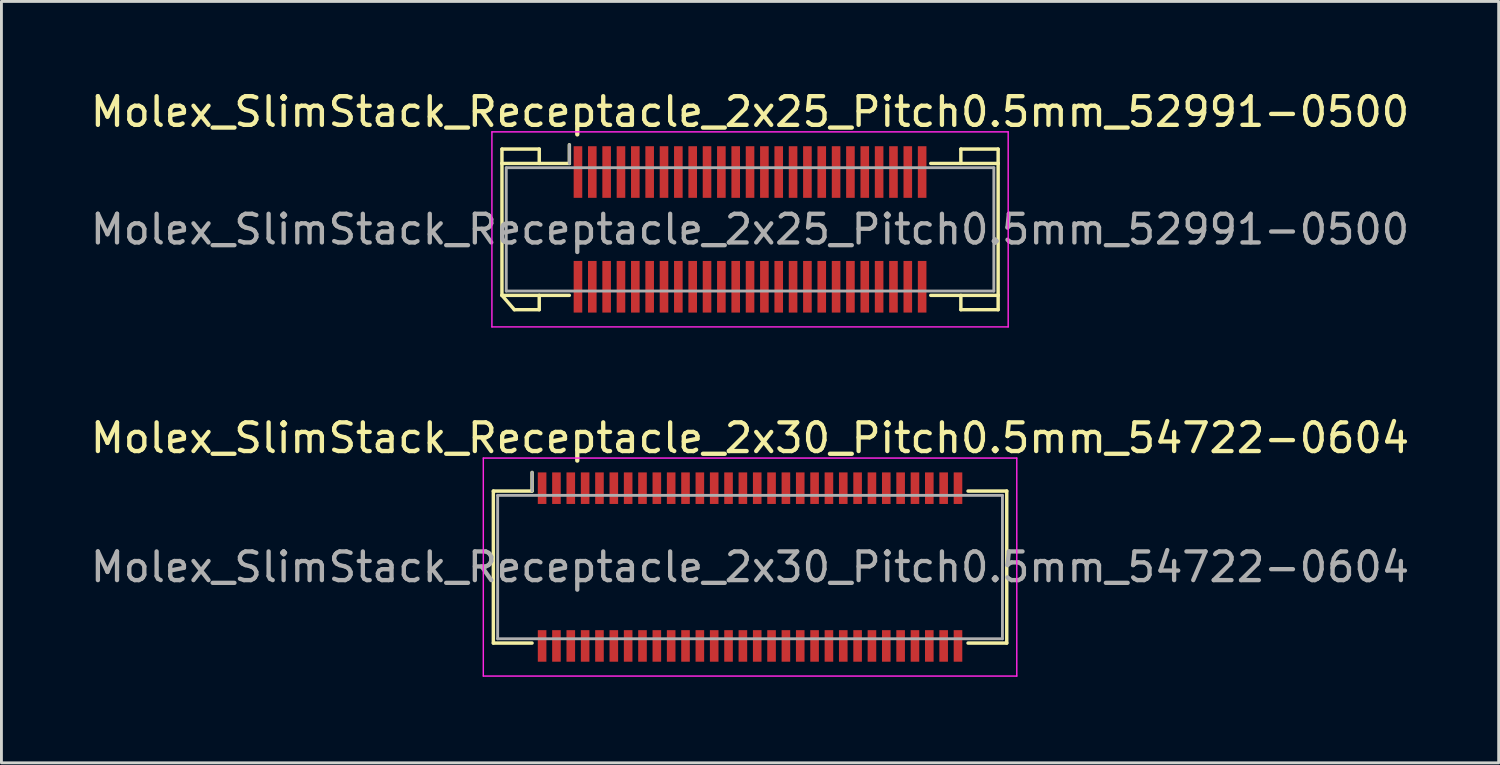
<source format=kicad_pcb>
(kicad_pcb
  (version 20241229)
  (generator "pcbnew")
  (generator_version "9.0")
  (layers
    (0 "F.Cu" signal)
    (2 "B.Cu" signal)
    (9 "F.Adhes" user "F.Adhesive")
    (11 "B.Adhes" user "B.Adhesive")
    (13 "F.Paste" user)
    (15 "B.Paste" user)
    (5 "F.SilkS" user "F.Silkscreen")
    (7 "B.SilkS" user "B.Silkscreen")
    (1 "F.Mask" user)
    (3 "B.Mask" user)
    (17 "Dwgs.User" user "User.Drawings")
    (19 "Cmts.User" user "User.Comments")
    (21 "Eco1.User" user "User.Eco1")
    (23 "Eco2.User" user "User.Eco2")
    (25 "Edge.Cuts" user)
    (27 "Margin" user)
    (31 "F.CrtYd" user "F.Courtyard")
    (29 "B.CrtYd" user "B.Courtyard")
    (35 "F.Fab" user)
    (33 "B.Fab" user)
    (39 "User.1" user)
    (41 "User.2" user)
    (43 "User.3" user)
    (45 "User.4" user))
  (footprint "Molex_SlimStack_Receptacle_2x25_Pitch0.5mm_52991-0500"
    (layer "F.Cu")
    (at 23.101 4.948)
    (property "Reference" "Molex_SlimStack_Receptacle_2x25_Pitch0.5mm_52991-0500" (at 0 -4.1 0) (layer "F.SilkS") (effects (font (size 1 1) (thickness 0.15))))
    (attr smd)
    (fp_line (start -8.65 -2.8) (end -7.35 -2.8) (stroke (width 0.12) (type solid)) (layer "F.SilkS"))
    (fp_line (start -8.65 -2.3) (end -8.65 -2.8) (stroke (width 0.12) (type solid)) (layer "F.SilkS"))
    (fp_line (start -8.65 -2.3) (end -6.3 -2.3) (stroke (width 0.12) (type solid)) (layer "F.SilkS"))
    (fp_line (start -8.65 2.3) (end -8.65 -2.3) (stroke (width 0.12) (type solid)) (layer "F.SilkS"))
    (fp_line (start -8.65 2.3) (end -8.217 2.8) (stroke (width 0.12) (type solid)) (layer "F.SilkS"))
    (fp_line (start -8.217 2.8) (end -7.35 2.8) (stroke (width 0.12) (type solid)) (layer "F.SilkS"))
    (fp_line (start -7.35 -2.8) (end -7.35 -2.3) (stroke (width 0.12) (type solid)) (layer "F.SilkS"))
    (fp_line (start -7.35 2.8) (end -7.35 2.3) (stroke (width 0.12) (type solid)) (layer "F.SilkS"))
    (fp_line (start -6.3 -2.3) (end -6.3 -2.95) (stroke (width 0.12) (type solid)) (layer "F.SilkS"))
    (fp_line (start -6.3 2.3) (end -8.65 2.3) (stroke (width 0.12) (type solid)) (layer "F.SilkS"))
    (fp_line (start 6.3 2.3) (end 8.65 2.3) (stroke (width 0.12) (type solid)) (layer "F.SilkS"))
    (fp_line (start 7.35 -2.8) (end 7.35 -2.3) (stroke (width 0.12) (type solid)) (layer "F.SilkS"))
    (fp_line (start 7.35 2.8) (end 7.35 2.3) (stroke (width 0.12) (type solid)) (layer "F.SilkS"))
    (fp_line (start 8.65 -2.8) (end 7.35 -2.8) (stroke (width 0.12) (type solid)) (layer "F.SilkS"))
    (fp_line (start 8.65 -2.3) (end 6.3 -2.3) (stroke (width 0.12) (type solid)) (layer "F.SilkS"))
    (fp_line (start 8.65 -2.3) (end 8.65 -2.8) (stroke (width 0.12) (type solid)) (layer "F.SilkS"))
    (fp_line (start 8.65 2.3) (end 8.65 -2.3) (stroke (width 0.12) (type solid)) (layer "F.SilkS"))
    (fp_line (start 8.65 2.3) (end 8.65 2.8) (stroke (width 0.12) (type solid)) (layer "F.SilkS"))
    (fp_line (start 8.65 2.8) (end 7.35 2.8) (stroke (width 0.12) (type solid)) (layer "F.SilkS"))
    (fp_line (start -9 -3.4) (end -9 3.4) (stroke (width 0.05) (type solid)) (layer "F.CrtYd"))
    (fp_line (start -9 3.4) (end 9 3.4) (stroke (width 0.05) (type solid)) (layer "F.CrtYd"))
    (fp_line (start 9 -3.4) (end -9 -3.4) (stroke (width 0.05) (type solid)) (layer "F.CrtYd"))
    (fp_line (start 9 3.4) (end 9 -3.4) (stroke (width 0.05) (type solid)) (layer "F.CrtYd"))
    (fp_line (start -8.5 -2.15) (end -8.5 2.15) (stroke (width 0.1) (type solid)) (layer "F.Fab"))
    (fp_line (start -8.5 2.15) (end 8.5 2.15) (stroke (width 0.1) (type solid)) (layer "F.Fab"))
    (fp_line (start -6.3 -2.3) (end -6.3 -2.95) (stroke (width 0.1) (type solid)) (layer "F.Fab"))
    (fp_line (start 8.5 -2.15) (end -8.5 -2.15) (stroke (width 0.1) (type solid)) (layer "F.Fab"))
    (fp_line (start 8.5 2.15) (end 8.5 -2.15) (stroke (width 0.1) (type solid)) (layer "F.Fab"))
    (fp_text user "${REFERENCE}" (at 0 0 0) (layer "F.Fab") (effects (font (size 1 1) (thickness 0.15))))
    (pad "1" smd rect (at -6 -2) (size 0.3 1.8) (layers "F.Cu" "F.Mask" "F.Paste"))
    (pad "2" smd rect (at -6 2) (size 0.3 1.8) (layers "F.Cu" "F.Mask" "F.Paste"))
    (pad "3" smd rect (at -5.5 -2) (size 0.3 1.8) (layers "F.Cu" "F.Mask" "F.Paste"))
    (pad "4" smd rect (at -5.5 2) (size 0.3 1.8) (layers "F.Cu" "F.Mask" "F.Paste"))
    (pad "5" smd rect (at -5 -2) (size 0.3 1.8) (layers "F.Cu" "F.Mask" "F.Paste"))
    (pad "6" smd rect (at -5 2) (size 0.3 1.8) (layers "F.Cu" "F.Mask" "F.Paste"))
    (pad "7" smd rect (at -4.5 -2) (size 0.3 1.8) (layers "F.Cu" "F.Mask" "F.Paste"))
    (pad "8" smd rect (at -4.5 2) (size 0.3 1.8) (layers "F.Cu" "F.Mask" "F.Paste"))
    (pad "9" smd rect (at -4 -2) (size 0.3 1.8) (layers "F.Cu" "F.Mask" "F.Paste"))
    (pad "10" smd rect (at -4 2) (size 0.3 1.8) (layers "F.Cu" "F.Mask" "F.Paste"))
    (pad "11" smd rect (at -3.5 -2) (size 0.3 1.8) (layers "F.Cu" "F.Mask" "F.Paste"))
    (pad "12" smd rect (at -3.5 2) (size 0.3 1.8) (layers "F.Cu" "F.Mask" "F.Paste"))
    (pad "13" smd rect (at -3 -2) (size 0.3 1.8) (layers "F.Cu" "F.Mask" "F.Paste"))
    (pad "14" smd rect (at -3 2) (size 0.3 1.8) (layers "F.Cu" "F.Mask" "F.Paste"))
    (pad "15" smd rect (at -2.5 -2) (size 0.3 1.8) (layers "F.Cu" "F.Mask" "F.Paste"))
    (pad "16" smd rect (at -2.5 2) (size 0.3 1.8) (layers "F.Cu" "F.Mask" "F.Paste"))
    (pad "17" smd rect (at -2 -2) (size 0.3 1.8) (layers "F.Cu" "F.Mask" "F.Paste"))
    (pad "18" smd rect (at -2 2) (size 0.3 1.8) (layers "F.Cu" "F.Mask" "F.Paste"))
    (pad "19" smd rect (at -1.5 -2) (size 0.3 1.8) (layers "F.Cu" "F.Mask" "F.Paste"))
    (pad "20" smd rect (at -1.5 2) (size 0.3 1.8) (layers "F.Cu" "F.Mask" "F.Paste"))
    (pad "21" smd rect (at -1 -2) (size 0.3 1.8) (layers "F.Cu" "F.Mask" "F.Paste"))
    (pad "22" smd rect (at -1 2) (size 0.3 1.8) (layers "F.Cu" "F.Mask" "F.Paste"))
    (pad "23" smd rect (at -0.5 -2) (size 0.3 1.8) (layers "F.Cu" "F.Mask" "F.Paste"))
    (pad "24" smd rect (at -0.5 2) (size 0.3 1.8) (layers "F.Cu" "F.Mask" "F.Paste"))
    (pad "25" smd rect (at 0 -2) (size 0.3 1.8) (layers "F.Cu" "F.Mask" "F.Paste"))
    (pad "26" smd rect (at 0 2) (size 0.3 1.8) (layers "F.Cu" "F.Mask" "F.Paste"))
    (pad "27" smd rect (at 0.5 -2) (size 0.3 1.8) (layers "F.Cu" "F.Mask" "F.Paste"))
    (pad "28" smd rect (at 0.5 2) (size 0.3 1.8) (layers "F.Cu" "F.Mask" "F.Paste"))
    (pad "29" smd rect (at 1 -2) (size 0.3 1.8) (layers "F.Cu" "F.Mask" "F.Paste"))
    (pad "30" smd rect (at 1 2) (size 0.3 1.8) (layers "F.Cu" "F.Mask" "F.Paste"))
    (pad "31" smd rect (at 1.5 -2) (size 0.3 1.8) (layers "F.Cu" "F.Mask" "F.Paste"))
    (pad "32" smd rect (at 1.5 2) (size 0.3 1.8) (layers "F.Cu" "F.Mask" "F.Paste"))
    (pad "33" smd rect (at 2 -2) (size 0.3 1.8) (layers "F.Cu" "F.Mask" "F.Paste"))
    (pad "34" smd rect (at 2 2) (size 0.3 1.8) (layers "F.Cu" "F.Mask" "F.Paste"))
    (pad "35" smd rect (at 2.5 -2) (size 0.3 1.8) (layers "F.Cu" "F.Mask" "F.Paste"))
    (pad "36" smd rect (at 2.5 2) (size 0.3 1.8) (layers "F.Cu" "F.Mask" "F.Paste"))
    (pad "37" smd rect (at 3 -2) (size 0.3 1.8) (layers "F.Cu" "F.Mask" "F.Paste"))
    (pad "38" smd rect (at 3 2) (size 0.3 1.8) (layers "F.Cu" "F.Mask" "F.Paste"))
    (pad "39" smd rect (at 3.5 -2) (size 0.3 1.8) (layers "F.Cu" "F.Mask" "F.Paste"))
    (pad "40" smd rect (at 3.5 2) (size 0.3 1.8) (layers "F.Cu" "F.Mask" "F.Paste"))
    (pad "41" smd rect (at 4 -2) (size 0.3 1.8) (layers "F.Cu" "F.Mask" "F.Paste"))
    (pad "42" smd rect (at 4 2) (size 0.3 1.8) (layers "F.Cu" "F.Mask" "F.Paste"))
    (pad "43" smd rect (at 4.5 -2) (size 0.3 1.8) (layers "F.Cu" "F.Mask" "F.Paste"))
    (pad "44" smd rect (at 4.5 2) (size 0.3 1.8) (layers "F.Cu" "F.Mask" "F.Paste"))
    (pad "45" smd rect (at 5 -2) (size 0.3 1.8) (layers "F.Cu" "F.Mask" "F.Paste"))
    (pad "46" smd rect (at 5 2) (size 0.3 1.8) (layers "F.Cu" "F.Mask" "F.Paste"))
    (pad "47" smd rect (at 5.5 -2) (size 0.3 1.8) (layers "F.Cu" "F.Mask" "F.Paste"))
    (pad "48" smd rect (at 5.5 2) (size 0.3 1.8) (layers "F.Cu" "F.Mask" "F.Paste"))
    (pad "49" smd rect (at 6 -2) (size 0.3 1.8) (layers "F.Cu" "F.Mask" "F.Paste"))
    (pad "50" smd rect (at 6 2) (size 0.3 1.8) (layers "F.Cu" "F.Mask" "F.Paste")))
  (footprint "Molex_SlimStack_Receptacle_2x30_Pitch0.5mm_54722-0604"
    (layer "F.Cu")
    (at 23.101 16.721)
    (property "Reference" "Molex_SlimStack_Receptacle_2x30_Pitch0.5mm_54722-0604" (at 0 -4.5 0) (layer "F.SilkS") (effects (font (size 1 1) (thickness 0.15))))
    (attr smd)
    (fp_line (start -8.95 -2.65) (end -7.6 -2.65) (stroke (width 0.12) (type solid)) (layer "F.SilkS"))
    (fp_line (start -8.95 2.65) (end -8.95 -2.65) (stroke (width 0.12) (type solid)) (layer "F.SilkS"))
    (fp_line (start -7.6 -2.65) (end -7.6 -3.3) (stroke (width 0.12) (type solid)) (layer "F.SilkS"))
    (fp_line (start -7.6 2.65) (end -8.95 2.65) (stroke (width 0.12) (type solid)) (layer "F.SilkS"))
    (fp_line (start 7.6 2.65) (end 8.95 2.65) (stroke (width 0.12) (type solid)) (layer "F.SilkS"))
    (fp_line (start 8.95 -2.65) (end 7.6 -2.65) (stroke (width 0.12) (type solid)) (layer "F.SilkS"))
    (fp_line (start 8.95 2.65) (end 8.95 -2.65) (stroke (width 0.12) (type solid)) (layer "F.SilkS"))
    (fp_line (start -9.3 -3.8) (end -9.3 3.8) (stroke (width 0.05) (type solid)) (layer "F.CrtYd"))
    (fp_line (start -9.3 3.8) (end 9.3 3.8) (stroke (width 0.05) (type solid)) (layer "F.CrtYd"))
    (fp_line (start 9.3 -3.8) (end -9.3 -3.8) (stroke (width 0.05) (type solid)) (layer "F.CrtYd"))
    (fp_line (start 9.3 3.8) (end 9.3 -3.8) (stroke (width 0.05) (type solid)) (layer "F.CrtYd"))
    (fp_line (start -8.8 -2.5) (end -8.8 2.5) (stroke (width 0.1) (type solid)) (layer "F.Fab"))
    (fp_line (start -8.8 2.5) (end 8.8 2.5) (stroke (width 0.1) (type solid)) (layer "F.Fab"))
    (fp_line (start -7.6 -2.65) (end -7.6 -3.3) (stroke (width 0.1) (type solid)) (layer "F.Fab"))
    (fp_line (start 8.8 -2.5) (end -8.8 -2.5) (stroke (width 0.1) (type solid)) (layer "F.Fab"))
    (fp_line (start 8.8 2.5) (end 8.8 -2.5) (stroke (width 0.1) (type solid)) (layer "F.Fab"))
    (fp_text user "${REFERENCE}" (at 0 0 0) (layer "F.Fab") (effects (font (size 1 1) (thickness 0.15))))
    (pad "1" smd rect (at -7.25 -2.75) (size 0.3 1.1) (layers "F.Cu" "F.Mask" "F.Paste"))
    (pad "2" smd rect (at -7.25 2.75) (size 0.3 1.1) (layers "F.Cu" "F.Mask" "F.Paste"))
    (pad "3" smd rect (at -6.75 -2.75) (size 0.3 1.1) (layers "F.Cu" "F.Mask" "F.Paste"))
    (pad "4" smd rect (at -6.75 2.75) (size 0.3 1.1) (layers "F.Cu" "F.Mask" "F.Paste"))
    (pad "5" smd rect (at -6.25 -2.75) (size 0.3 1.1) (layers "F.Cu" "F.Mask" "F.Paste"))
    (pad "6" smd rect (at -6.25 2.75) (size 0.3 1.1) (layers "F.Cu" "F.Mask" "F.Paste"))
    (pad "7" smd rect (at -5.75 -2.75) (size 0.3 1.1) (layers "F.Cu" "F.Mask" "F.Paste"))
    (pad "8" smd rect (at -5.75 2.75) (size 0.3 1.1) (layers "F.Cu" "F.Mask" "F.Paste"))
    (pad "9" smd rect (at -5.25 -2.75) (size 0.3 1.1) (layers "F.Cu" "F.Mask" "F.Paste"))
    (pad "10" smd rect (at -5.25 2.75) (size 0.3 1.1) (layers "F.Cu" "F.Mask" "F.Paste"))
    (pad "11" smd rect (at -4.75 -2.75) (size 0.3 1.1) (layers "F.Cu" "F.Mask" "F.Paste"))
    (pad "12" smd rect (at -4.75 2.75) (size 0.3 1.1) (layers "F.Cu" "F.Mask" "F.Paste"))
    (pad "13" smd rect (at -4.25 -2.75) (size 0.3 1.1) (layers "F.Cu" "F.Mask" "F.Paste"))
    (pad "14" smd rect (at -4.25 2.75) (size 0.3 1.1) (layers "F.Cu" "F.Mask" "F.Paste"))
    (pad "15" smd rect (at -3.75 -2.75) (size 0.3 1.1) (layers "F.Cu" "F.Mask" "F.Paste"))
    (pad "16" smd rect (at -3.75 2.75) (size 0.3 1.1) (layers "F.Cu" "F.Mask" "F.Paste"))
    (pad "17" smd rect (at -3.25 -2.75) (size 0.3 1.1) (layers "F.Cu" "F.Mask" "F.Paste"))
    (pad "18" smd rect (at -3.25 2.75) (size 0.3 1.1) (layers "F.Cu" "F.Mask" "F.Paste"))
    (pad "19" smd rect (at -2.75 -2.75) (size 0.3 1.1) (layers "F.Cu" "F.Mask" "F.Paste"))
    (pad "20" smd rect (at -2.75 2.75) (size 0.3 1.1) (layers "F.Cu" "F.Mask" "F.Paste"))
    (pad "21" smd rect (at -2.25 -2.75) (size 0.3 1.1) (layers "F.Cu" "F.Mask" "F.Paste"))
    (pad "22" smd rect (at -2.25 2.75) (size 0.3 1.1) (layers "F.Cu" "F.Mask" "F.Paste"))
    (pad "23" smd rect (at -1.75 -2.75) (size 0.3 1.1) (layers "F.Cu" "F.Mask" "F.Paste"))
    (pad "24" smd rect (at -1.75 2.75) (size 0.3 1.1) (layers "F.Cu" "F.Mask" "F.Paste"))
    (pad "25" smd rect (at -1.25 -2.75) (size 0.3 1.1) (layers "F.Cu" "F.Mask" "F.Paste"))
    (pad "26" smd rect (at -1.25 2.75) (size 0.3 1.1) (layers "F.Cu" "F.Mask" "F.Paste"))
    (pad "27" smd rect (at -0.75 -2.75) (size 0.3 1.1) (layers "F.Cu" "F.Mask" "F.Paste"))
    (pad "28" smd rect (at -0.75 2.75) (size 0.3 1.1) (layers "F.Cu" "F.Mask" "F.Paste"))
    (pad "29" smd rect (at -0.25 -2.75) (size 0.3 1.1) (layers "F.Cu" "F.Mask" "F.Paste"))
    (pad "30" smd rect (at -0.25 2.75) (size 0.3 1.1) (layers "F.Cu" "F.Mask" "F.Paste"))
    (pad "31" smd rect (at 0.25 -2.75) (size 0.3 1.1) (layers "F.Cu" "F.Mask" "F.Paste"))
    (pad "32" smd rect (at 0.25 2.75) (size 0.3 1.1) (layers "F.Cu" "F.Mask" "F.Paste"))
    (pad "33" smd rect (at 0.75 -2.75) (size 0.3 1.1) (layers "F.Cu" "F.Mask" "F.Paste"))
    (pad "34" smd rect (at 0.75 2.75) (size 0.3 1.1) (layers "F.Cu" "F.Mask" "F.Paste"))
    (pad "35" smd rect (at 1.25 -2.75) (size 0.3 1.1) (layers "F.Cu" "F.Mask" "F.Paste"))
    (pad "36" smd rect (at 1.25 2.75) (size 0.3 1.1) (layers "F.Cu" "F.Mask" "F.Paste"))
    (pad "37" smd rect (at 1.75 -2.75) (size 0.3 1.1) (layers "F.Cu" "F.Mask" "F.Paste"))
    (pad "38" smd rect (at 1.75 2.75) (size 0.3 1.1) (layers "F.Cu" "F.Mask" "F.Paste"))
    (pad "39" smd rect (at 2.25 -2.75) (size 0.3 1.1) (layers "F.Cu" "F.Mask" "F.Paste"))
    (pad "40" smd rect (at 2.25 2.75) (size 0.3 1.1) (layers "F.Cu" "F.Mask" "F.Paste"))
    (pad "41" smd rect (at 2.75 -2.75) (size 0.3 1.1) (layers "F.Cu" "F.Mask" "F.Paste"))
    (pad "42" smd rect (at 2.75 2.75) (size 0.3 1.1) (layers "F.Cu" "F.Mask" "F.Paste"))
    (pad "43" smd rect (at 3.25 -2.75) (size 0.3 1.1) (layers "F.Cu" "F.Mask" "F.Paste"))
    (pad "44" smd rect (at 3.25 2.75) (size 0.3 1.1) (layers "F.Cu" "F.Mask" "F.Paste"))
    (pad "45" smd rect (at 3.75 -2.75) (size 0.3 1.1) (layers "F.Cu" "F.Mask" "F.Paste"))
    (pad "46" smd rect (at 3.75 2.75) (size 0.3 1.1) (layers "F.Cu" "F.Mask" "F.Paste"))
    (pad "47" smd rect (at 4.25 -2.75) (size 0.3 1.1) (layers "F.Cu" "F.Mask" "F.Paste"))
    (pad "48" smd rect (at 4.25 2.75) (size 0.3 1.1) (layers "F.Cu" "F.Mask" "F.Paste"))
    (pad "49" smd rect (at 4.75 -2.75) (size 0.3 1.1) (layers "F.Cu" "F.Mask" "F.Paste"))
    (pad "50" smd rect (at 4.75 2.75) (size 0.3 1.1) (layers "F.Cu" "F.Mask" "F.Paste"))
    (pad "51" smd rect (at 5.25 -2.75) (size 0.3 1.1) (layers "F.Cu" "F.Mask" "F.Paste"))
    (pad "52" smd rect (at 5.25 2.75) (size 0.3 1.1) (layers "F.Cu" "F.Mask" "F.Paste"))
    (pad "53" smd rect (at 5.75 -2.75) (size 0.3 1.1) (layers "F.Cu" "F.Mask" "F.Paste"))
    (pad "54" smd rect (at 5.75 2.75) (size 0.3 1.1) (layers "F.Cu" "F.Mask" "F.Paste"))
    (pad "55" smd rect (at 6.25 -2.75) (size 0.3 1.1) (layers "F.Cu" "F.Mask" "F.Paste"))
    (pad "56" smd rect (at 6.25 2.75) (size 0.3 1.1) (layers "F.Cu" "F.Mask" "F.Paste"))
    (pad "57" smd rect (at 6.75 -2.75) (size 0.3 1.1) (layers "F.Cu" "F.Mask" "F.Paste"))
    (pad "58" smd rect (at 6.75 2.75) (size 0.3 1.1) (layers "F.Cu" "F.Mask" "F.Paste"))
    (pad "59" smd rect (at 7.25 -2.75) (size 0.3 1.1) (layers "F.Cu" "F.Mask" "F.Paste"))
    (pad "60" smd rect (at 7.25 2.75) (size 0.3 1.1) (layers "F.Cu" "F.Mask" "F.Paste")))
  (gr_rect
    (start -3 -3)
    (end 49.202 23.547)
    (stroke (width 0.1) (type default))
    (fill no)
    (layer "Edge.Cuts")))
</source>
